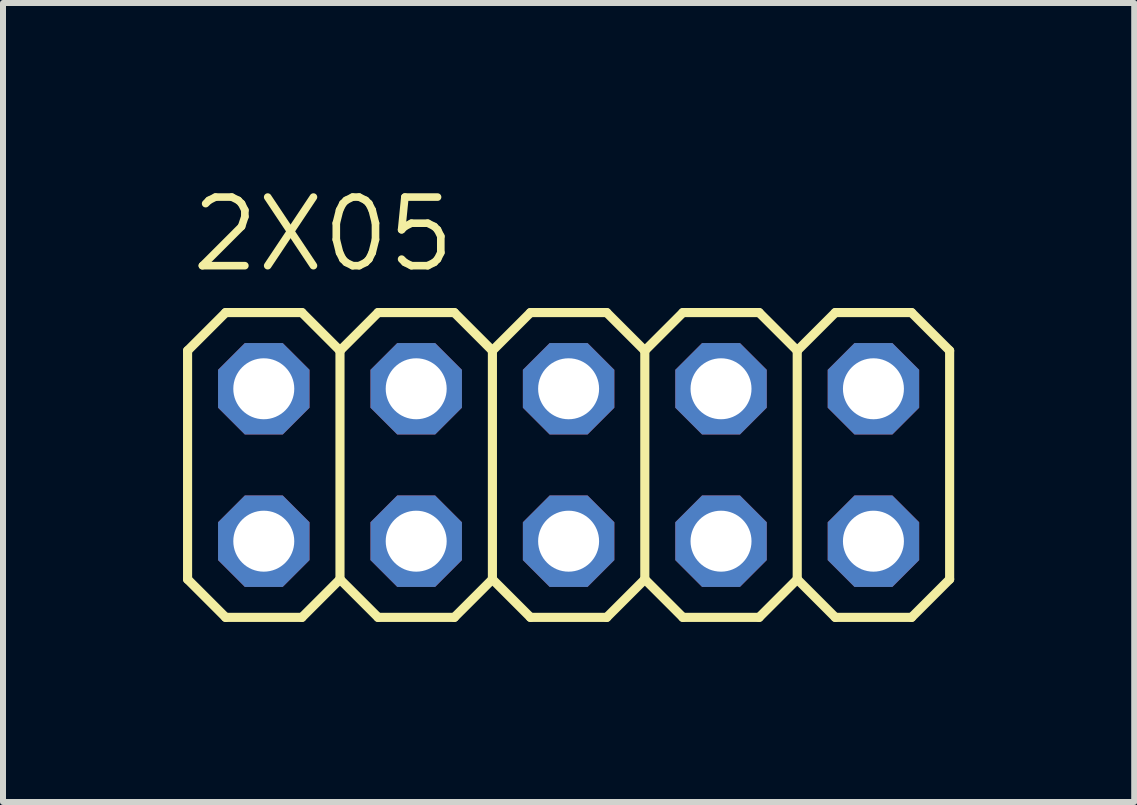
<source format=kicad_pcb>
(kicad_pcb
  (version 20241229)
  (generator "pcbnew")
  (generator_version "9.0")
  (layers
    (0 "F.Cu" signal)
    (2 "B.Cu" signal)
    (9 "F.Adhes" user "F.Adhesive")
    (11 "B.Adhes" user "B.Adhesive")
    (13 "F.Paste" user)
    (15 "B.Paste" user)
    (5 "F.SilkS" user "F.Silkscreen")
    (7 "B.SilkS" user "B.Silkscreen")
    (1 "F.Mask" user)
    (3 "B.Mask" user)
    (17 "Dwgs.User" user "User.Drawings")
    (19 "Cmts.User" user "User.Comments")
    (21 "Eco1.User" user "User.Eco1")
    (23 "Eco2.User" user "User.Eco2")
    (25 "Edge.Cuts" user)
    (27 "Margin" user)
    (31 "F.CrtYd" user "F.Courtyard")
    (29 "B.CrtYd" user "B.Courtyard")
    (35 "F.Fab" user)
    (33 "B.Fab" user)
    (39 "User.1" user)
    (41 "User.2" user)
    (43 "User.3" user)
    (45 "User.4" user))
  (footprint "2X05"
    (layer "F.Cu")
    (at 6.426 4.699)
    (property "Reference" "2X05" (at -6.35 -3.175 0) (layer "F.SilkS") (effects (font (size 1.143 1.143) (thickness 0.127)) (justify left bottom)))
    (fp_line (start -6.35 -1.905) (end -5.715 -2.54) (stroke (width 0.152) (type solid)) (layer "F.SilkS"))
    (fp_line (start -6.35 1.905) (end -6.35 -1.905) (stroke (width 0.152) (type solid)) (layer "F.SilkS"))
    (fp_line (start -6.35 1.905) (end -5.715 2.54) (stroke (width 0.152) (type solid)) (layer "F.SilkS"))
    (fp_line (start -5.715 -2.54) (end -4.445 -2.54) (stroke (width 0.152) (type solid)) (layer "F.SilkS"))
    (fp_line (start -5.715 2.54) (end -4.445 2.54) (stroke (width 0.152) (type solid)) (layer "F.SilkS"))
    (fp_line (start -4.445 -2.54) (end -3.81 -1.905) (stroke (width 0.152) (type solid)) (layer "F.SilkS"))
    (fp_line (start -4.445 2.54) (end -3.81 1.905) (stroke (width 0.152) (type solid)) (layer "F.SilkS"))
    (fp_line (start -3.81 -1.905) (end -3.81 1.905) (stroke (width 0.152) (type solid)) (layer "F.SilkS"))
    (fp_line (start -3.81 -1.905) (end -3.175 -2.54) (stroke (width 0.152) (type solid)) (layer "F.SilkS"))
    (fp_line (start -3.81 1.905) (end -3.175 2.54) (stroke (width 0.152) (type solid)) (layer "F.SilkS"))
    (fp_line (start -3.175 -2.54) (end -1.905 -2.54) (stroke (width 0.152) (type solid)) (layer "F.SilkS"))
    (fp_line (start -3.175 2.54) (end -1.905 2.54) (stroke (width 0.152) (type solid)) (layer "F.SilkS"))
    (fp_line (start -1.905 -2.54) (end -1.27 -1.905) (stroke (width 0.152) (type solid)) (layer "F.SilkS"))
    (fp_line (start -1.905 2.54) (end -1.27 1.905) (stroke (width 0.152) (type solid)) (layer "F.SilkS"))
    (fp_line (start -1.27 -1.905) (end -1.27 1.905) (stroke (width 0.152) (type solid)) (layer "F.SilkS"))
    (fp_line (start -1.27 -1.905) (end -0.635 -2.54) (stroke (width 0.152) (type solid)) (layer "F.SilkS"))
    (fp_line (start -1.27 1.905) (end -0.635 2.54) (stroke (width 0.152) (type solid)) (layer "F.SilkS"))
    (fp_line (start -0.635 -2.54) (end 0.635 -2.54) (stroke (width 0.152) (type solid)) (layer "F.SilkS"))
    (fp_line (start -0.635 2.54) (end 0.635 2.54) (stroke (width 0.152) (type solid)) (layer "F.SilkS"))
    (fp_line (start 0.635 -2.54) (end 1.27 -1.905) (stroke (width 0.152) (type solid)) (layer "F.SilkS"))
    (fp_line (start 0.635 2.54) (end 1.27 1.905) (stroke (width 0.152) (type solid)) (layer "F.SilkS"))
    (fp_line (start 1.27 -1.905) (end 1.27 1.905) (stroke (width 0.152) (type solid)) (layer "F.SilkS"))
    (fp_line (start 1.27 -1.905) (end 1.905 -2.54) (stroke (width 0.152) (type solid)) (layer "F.SilkS"))
    (fp_line (start 1.27 1.905) (end 1.905 2.54) (stroke (width 0.152) (type solid)) (layer "F.SilkS"))
    (fp_line (start 1.905 -2.54) (end 3.175 -2.54) (stroke (width 0.152) (type solid)) (layer "F.SilkS"))
    (fp_line (start 1.905 2.54) (end 3.175 2.54) (stroke (width 0.152) (type solid)) (layer "F.SilkS"))
    (fp_line (start 3.175 -2.54) (end 3.81 -1.905) (stroke (width 0.152) (type solid)) (layer "F.SilkS"))
    (fp_line (start 3.175 2.54) (end 3.81 1.905) (stroke (width 0.152) (type solid)) (layer "F.SilkS"))
    (fp_line (start 3.81 -1.905) (end 3.81 1.905) (stroke (width 0.152) (type solid)) (layer "F.SilkS"))
    (fp_line (start 3.81 -1.905) (end 4.445 -2.54) (stroke (width 0.152) (type solid)) (layer "F.SilkS"))
    (fp_line (start 3.81 1.905) (end 4.445 2.54) (stroke (width 0.152) (type solid)) (layer "F.SilkS"))
    (fp_line (start 4.445 -2.54) (end 5.715 -2.54) (stroke (width 0.152) (type solid)) (layer "F.SilkS"))
    (fp_line (start 4.445 2.54) (end 5.715 2.54) (stroke (width 0.152) (type solid)) (layer "F.SilkS"))
    (fp_line (start 5.715 -2.54) (end 6.35 -1.905) (stroke (width 0.152) (type solid)) (layer "F.SilkS"))
    (fp_line (start 5.715 2.54) (end 6.35 1.905) (stroke (width 0.152) (type solid)) (layer "F.SilkS"))
    (fp_line (start 6.35 -1.905) (end 6.35 1.905) (stroke (width 0.152) (type solid)) (layer "F.SilkS"))
    (fp_poly (pts (xy -5.334 -1.016) (xy -4.826 -1.016) (xy -4.826 -1.524) (xy -5.334 -1.524)) (stroke (width 0.1) (type default)) (fill no) (layer "F.Fab"))
    (fp_poly (pts (xy -5.334 1.524) (xy -4.826 1.524) (xy -4.826 1.016) (xy -5.334 1.016)) (stroke (width 0.1) (type default)) (fill no) (layer "F.Fab"))
    (fp_poly (pts (xy -2.794 -1.016) (xy -2.286 -1.016) (xy -2.286 -1.524) (xy -2.794 -1.524)) (stroke (width 0.1) (type default)) (fill no) (layer "F.Fab"))
    (fp_poly (pts (xy -2.794 1.524) (xy -2.286 1.524) (xy -2.286 1.016) (xy -2.794 1.016)) (stroke (width 0.1) (type default)) (fill no) (layer "F.Fab"))
    (fp_poly (pts (xy -0.254 -1.016) (xy 0.254 -1.016) (xy 0.254 -1.524) (xy -0.254 -1.524)) (stroke (width 0.1) (type default)) (fill no) (layer "F.Fab"))
    (fp_poly (pts (xy -0.254 1.524) (xy 0.254 1.524) (xy 0.254 1.016) (xy -0.254 1.016)) (stroke (width 0.1) (type default)) (fill no) (layer "F.Fab"))
    (fp_poly (pts (xy 2.286 -1.016) (xy 2.794 -1.016) (xy 2.794 -1.524) (xy 2.286 -1.524)) (stroke (width 0.1) (type default)) (fill no) (layer "F.Fab"))
    (fp_poly (pts (xy 2.286 1.524) (xy 2.794 1.524) (xy 2.794 1.016) (xy 2.286 1.016)) (stroke (width 0.1) (type default)) (fill no) (layer "F.Fab"))
    (fp_poly (pts (xy 4.826 -1.016) (xy 5.334 -1.016) (xy 5.334 -1.524) (xy 4.826 -1.524)) (stroke (width 0.1) (type default)) (fill no) (layer "F.Fab"))
    (fp_poly (pts (xy 4.826 1.524) (xy 5.334 1.524) (xy 5.334 1.016) (xy 4.826 1.016)) (stroke (width 0.1) (type default)) (fill no) (layer "F.Fab"))
    (pad "1" thru_hole roundrect (at -5.08 1.27) (size 1.524 1.524) (drill 1.016) (layers "*.Cu" "*.Mask") (roundrect_rratio 0.25) (chamfer_ratio 0.293) (chamfer top_left top_right bottom_left bottom_right))
    (pad "2" thru_hole roundrect (at -5.08 -1.27) (size 1.524 1.524) (drill 1.016) (layers "*.Cu" "*.Mask") (roundrect_rratio 0.25) (chamfer_ratio 0.293) (chamfer top_left top_right bottom_left bottom_right))
    (pad "3" thru_hole roundrect (at -2.54 1.27) (size 1.524 1.524) (drill 1.016) (layers "*.Cu" "*.Mask") (roundrect_rratio 0.25) (chamfer_ratio 0.293) (chamfer top_left top_right bottom_left bottom_right))
    (pad "4" thru_hole roundrect (at -2.54 -1.27) (size 1.524 1.524) (drill 1.016) (layers "*.Cu" "*.Mask") (roundrect_rratio 0.25) (chamfer_ratio 0.293) (chamfer top_left top_right bottom_left bottom_right))
    (pad "5" thru_hole roundrect (at 0 1.27) (size 1.524 1.524) (drill 1.016) (layers "*.Cu" "*.Mask") (roundrect_rratio 0.25) (chamfer_ratio 0.293) (chamfer top_left top_right bottom_left bottom_right))
    (pad "6" thru_hole roundrect (at 0 -1.27) (size 1.524 1.524) (drill 1.016) (layers "*.Cu" "*.Mask") (roundrect_rratio 0.25) (chamfer_ratio 0.293) (chamfer top_left top_right bottom_left bottom_right))
    (pad "7" thru_hole roundrect (at 2.54 1.27) (size 1.524 1.524) (drill 1.016) (layers "*.Cu" "*.Mask") (roundrect_rratio 0.25) (chamfer_ratio 0.293) (chamfer top_left top_right bottom_left bottom_right))
    (pad "8" thru_hole roundrect (at 2.54 -1.27) (size 1.524 1.524) (drill 1.016) (layers "*.Cu" "*.Mask") (roundrect_rratio 0.25) (chamfer_ratio 0.293) (chamfer top_left top_right bottom_left bottom_right))
    (pad "9" thru_hole roundrect (at 5.08 1.27) (size 1.524 1.524) (drill 1.016) (layers "*.Cu" "*.Mask") (roundrect_rratio 0.25) (chamfer_ratio 0.293) (chamfer top_left top_right bottom_left bottom_right))
    (pad "10" thru_hole roundrect (at 5.08 -1.27) (size 1.524 1.524) (drill 1.016) (layers "*.Cu" "*.Mask") (roundrect_rratio 0.25) (chamfer_ratio 0.293) (chamfer top_left top_right bottom_left bottom_right)))
  (gr_rect
    (start -3 -3)
    (end 15.852 10.315)
    (stroke (width 0.1) (type default))
    (fill no)
    (layer "Edge.Cuts")))
</source>
